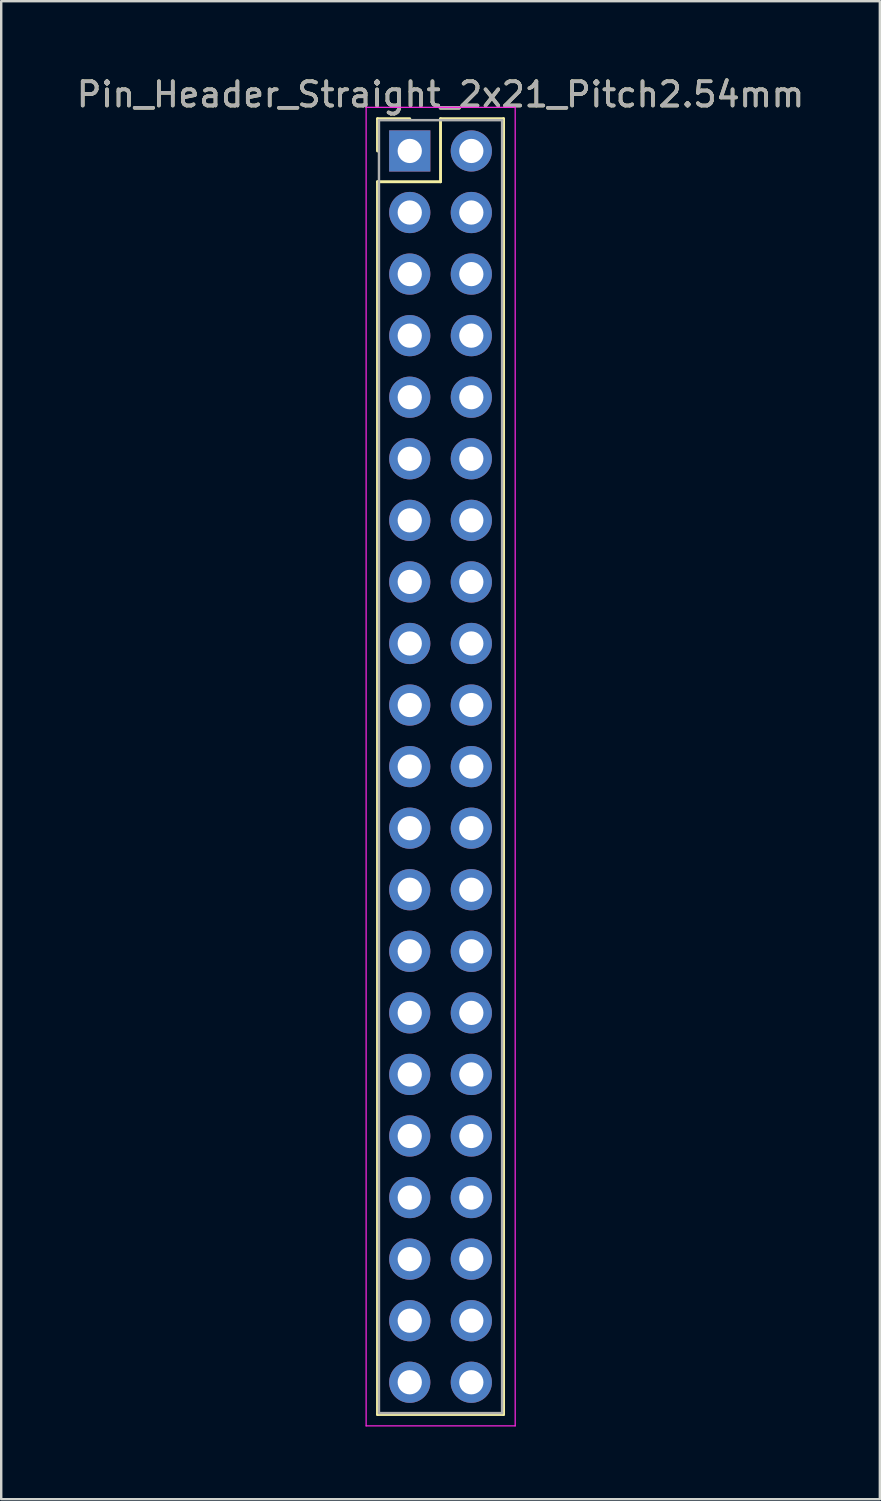
<source format=kicad_pcb>
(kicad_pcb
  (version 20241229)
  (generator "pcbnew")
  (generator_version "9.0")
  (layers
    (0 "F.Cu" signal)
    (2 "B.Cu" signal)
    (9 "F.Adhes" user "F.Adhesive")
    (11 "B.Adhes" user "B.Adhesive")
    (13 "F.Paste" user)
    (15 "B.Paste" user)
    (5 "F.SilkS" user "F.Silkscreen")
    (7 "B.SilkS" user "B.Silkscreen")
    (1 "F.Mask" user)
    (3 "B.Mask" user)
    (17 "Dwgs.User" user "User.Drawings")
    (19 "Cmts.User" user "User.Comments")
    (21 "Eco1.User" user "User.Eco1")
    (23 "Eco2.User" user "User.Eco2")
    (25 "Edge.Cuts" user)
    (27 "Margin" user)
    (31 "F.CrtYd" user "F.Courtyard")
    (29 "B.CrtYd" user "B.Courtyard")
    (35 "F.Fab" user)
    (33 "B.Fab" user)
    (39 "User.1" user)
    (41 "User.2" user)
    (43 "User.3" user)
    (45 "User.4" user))
  (footprint "Pin_Header_Straight_2x21_Pitch2.54mm"
    (layer "F.Cu")
    (at 13.855 3.178)
    (property "Reference" "Pin_Header_Straight_2x21_Pitch2.54mm" (at 1.27 -2.33 0) (layer "F.SilkS") (effects (font (size 1 1) (thickness 0.15))))
    (attr through_hole)
    (fp_line (start -1.33 -1.33) (end 0 -1.33) (stroke (width 0.12) (type solid)) (layer "F.SilkS"))
    (fp_line (start -1.33 0) (end -1.33 -1.33) (stroke (width 0.12) (type solid)) (layer "F.SilkS"))
    (fp_line (start -1.33 1.27) (end -1.33 52.13) (stroke (width 0.12) (type solid)) (layer "F.SilkS"))
    (fp_line (start -1.33 52.13) (end 3.87 52.13) (stroke (width 0.12) (type solid)) (layer "F.SilkS"))
    (fp_line (start 1.27 -1.33) (end 1.27 1.27) (stroke (width 0.12) (type solid)) (layer "F.SilkS"))
    (fp_line (start 1.27 1.27) (end -1.33 1.27) (stroke (width 0.12) (type solid)) (layer "F.SilkS"))
    (fp_line (start 3.87 -1.33) (end 1.27 -1.33) (stroke (width 0.12) (type solid)) (layer "F.SilkS"))
    (fp_line (start 3.87 52.13) (end 3.87 -1.33) (stroke (width 0.12) (type solid)) (layer "F.SilkS"))
    (fp_line (start -1.8 -1.8) (end -1.8 52.6) (stroke (width 0.05) (type solid)) (layer "F.CrtYd"))
    (fp_line (start -1.8 52.6) (end 4.35 52.6) (stroke (width 0.05) (type solid)) (layer "F.CrtYd"))
    (fp_line (start 4.35 -1.8) (end -1.8 -1.8) (stroke (width 0.05) (type solid)) (layer "F.CrtYd"))
    (fp_line (start 4.35 52.6) (end 4.35 -1.8) (stroke (width 0.05) (type solid)) (layer "F.CrtYd"))
    (fp_line (start -1.27 -1.27) (end -1.27 52.07) (stroke (width 0.1) (type solid)) (layer "F.Fab"))
    (fp_line (start -1.27 52.07) (end 3.81 52.07) (stroke (width 0.1) (type solid)) (layer "F.Fab"))
    (fp_line (start 3.81 -1.27) (end -1.27 -1.27) (stroke (width 0.1) (type solid)) (layer "F.Fab"))
    (fp_line (start 3.81 52.07) (end 3.81 -1.27) (stroke (width 0.1) (type solid)) (layer "F.Fab"))
    (fp_text user "${REFERENCE}" (at 1.27 -2.33 0) (layer "F.Fab") (effects (font (size 1 1) (thickness 0.15))))
    (pad "1" thru_hole rect (at 0 0) (size 1.7 1.7) (drill 1) (layers "*.Cu" "*.Mask"))
    (pad "2" thru_hole oval (at 2.54 0) (size 1.7 1.7) (drill 1) (layers "*.Cu" "*.Mask"))
    (pad "3" thru_hole oval (at 0 2.54) (size 1.7 1.7) (drill 1) (layers "*.Cu" "*.Mask"))
    (pad "4" thru_hole oval (at 2.54 2.54) (size 1.7 1.7) (drill 1) (layers "*.Cu" "*.Mask"))
    (pad "5" thru_hole oval (at 0 5.08) (size 1.7 1.7) (drill 1) (layers "*.Cu" "*.Mask"))
    (pad "6" thru_hole oval (at 2.54 5.08) (size 1.7 1.7) (drill 1) (layers "*.Cu" "*.Mask"))
    (pad "7" thru_hole oval (at 0 7.62) (size 1.7 1.7) (drill 1) (layers "*.Cu" "*.Mask"))
    (pad "8" thru_hole oval (at 2.54 7.62) (size 1.7 1.7) (drill 1) (layers "*.Cu" "*.Mask"))
    (pad "9" thru_hole oval (at 0 10.16) (size 1.7 1.7) (drill 1) (layers "*.Cu" "*.Mask"))
    (pad "10" thru_hole oval (at 2.54 10.16) (size 1.7 1.7) (drill 1) (layers "*.Cu" "*.Mask"))
    (pad "11" thru_hole oval (at 0 12.7) (size 1.7 1.7) (drill 1) (layers "*.Cu" "*.Mask"))
    (pad "12" thru_hole oval (at 2.54 12.7) (size 1.7 1.7) (drill 1) (layers "*.Cu" "*.Mask"))
    (pad "13" thru_hole oval (at 0 15.24) (size 1.7 1.7) (drill 1) (layers "*.Cu" "*.Mask"))
    (pad "14" thru_hole oval (at 2.54 15.24) (size 1.7 1.7) (drill 1) (layers "*.Cu" "*.Mask"))
    (pad "15" thru_hole oval (at 0 17.78) (size 1.7 1.7) (drill 1) (layers "*.Cu" "*.Mask"))
    (pad "16" thru_hole oval (at 2.54 17.78) (size 1.7 1.7) (drill 1) (layers "*.Cu" "*.Mask"))
    (pad "17" thru_hole oval (at 0 20.32) (size 1.7 1.7) (drill 1) (layers "*.Cu" "*.Mask"))
    (pad "18" thru_hole oval (at 2.54 20.32) (size 1.7 1.7) (drill 1) (layers "*.Cu" "*.Mask"))
    (pad "19" thru_hole oval (at 0 22.86) (size 1.7 1.7) (drill 1) (layers "*.Cu" "*.Mask"))
    (pad "20" thru_hole oval (at 2.54 22.86) (size 1.7 1.7) (drill 1) (layers "*.Cu" "*.Mask"))
    (pad "21" thru_hole oval (at 0 25.4) (size 1.7 1.7) (drill 1) (layers "*.Cu" "*.Mask"))
    (pad "22" thru_hole oval (at 2.54 25.4) (size 1.7 1.7) (drill 1) (layers "*.Cu" "*.Mask"))
    (pad "23" thru_hole oval (at 0 27.94) (size 1.7 1.7) (drill 1) (layers "*.Cu" "*.Mask"))
    (pad "24" thru_hole oval (at 2.54 27.94) (size 1.7 1.7) (drill 1) (layers "*.Cu" "*.Mask"))
    (pad "25" thru_hole oval (at 0 30.48) (size 1.7 1.7) (drill 1) (layers "*.Cu" "*.Mask"))
    (pad "26" thru_hole oval (at 2.54 30.48) (size 1.7 1.7) (drill 1) (layers "*.Cu" "*.Mask"))
    (pad "27" thru_hole oval (at 0 33.02) (size 1.7 1.7) (drill 1) (layers "*.Cu" "*.Mask"))
    (pad "28" thru_hole oval (at 2.54 33.02) (size 1.7 1.7) (drill 1) (layers "*.Cu" "*.Mask"))
    (pad "29" thru_hole oval (at 0 35.56) (size 1.7 1.7) (drill 1) (layers "*.Cu" "*.Mask"))
    (pad "30" thru_hole oval (at 2.54 35.56) (size 1.7 1.7) (drill 1) (layers "*.Cu" "*.Mask"))
    (pad "31" thru_hole oval (at 0 38.1) (size 1.7 1.7) (drill 1) (layers "*.Cu" "*.Mask"))
    (pad "32" thru_hole oval (at 2.54 38.1) (size 1.7 1.7) (drill 1) (layers "*.Cu" "*.Mask"))
    (pad "33" thru_hole oval (at 0 40.64) (size 1.7 1.7) (drill 1) (layers "*.Cu" "*.Mask"))
    (pad "34" thru_hole oval (at 2.54 40.64) (size 1.7 1.7) (drill 1) (layers "*.Cu" "*.Mask"))
    (pad "35" thru_hole oval (at 0 43.18) (size 1.7 1.7) (drill 1) (layers "*.Cu" "*.Mask"))
    (pad "36" thru_hole oval (at 2.54 43.18) (size 1.7 1.7) (drill 1) (layers "*.Cu" "*.Mask"))
    (pad "37" thru_hole oval (at 0 45.72) (size 1.7 1.7) (drill 1) (layers "*.Cu" "*.Mask"))
    (pad "38" thru_hole oval (at 2.54 45.72) (size 1.7 1.7) (drill 1) (layers "*.Cu" "*.Mask"))
    (pad "39" thru_hole oval (at 0 48.26) (size 1.7 1.7) (drill 1) (layers "*.Cu" "*.Mask"))
    (pad "40" thru_hole oval (at 2.54 48.26) (size 1.7 1.7) (drill 1) (layers "*.Cu" "*.Mask"))
    (pad "41" thru_hole oval (at 0 50.8) (size 1.7 1.7) (drill 1) (layers "*.Cu" "*.Mask"))
    (pad "42" thru_hole oval (at 2.54 50.8) (size 1.7 1.7) (drill 1) (layers "*.Cu" "*.Mask")))
  (gr_rect
    (start -3 -3)
    (end 33.25 58.803)
    (stroke (width 0.1) (type default))
    (fill no)
    (layer "Edge.Cuts")))
</source>
